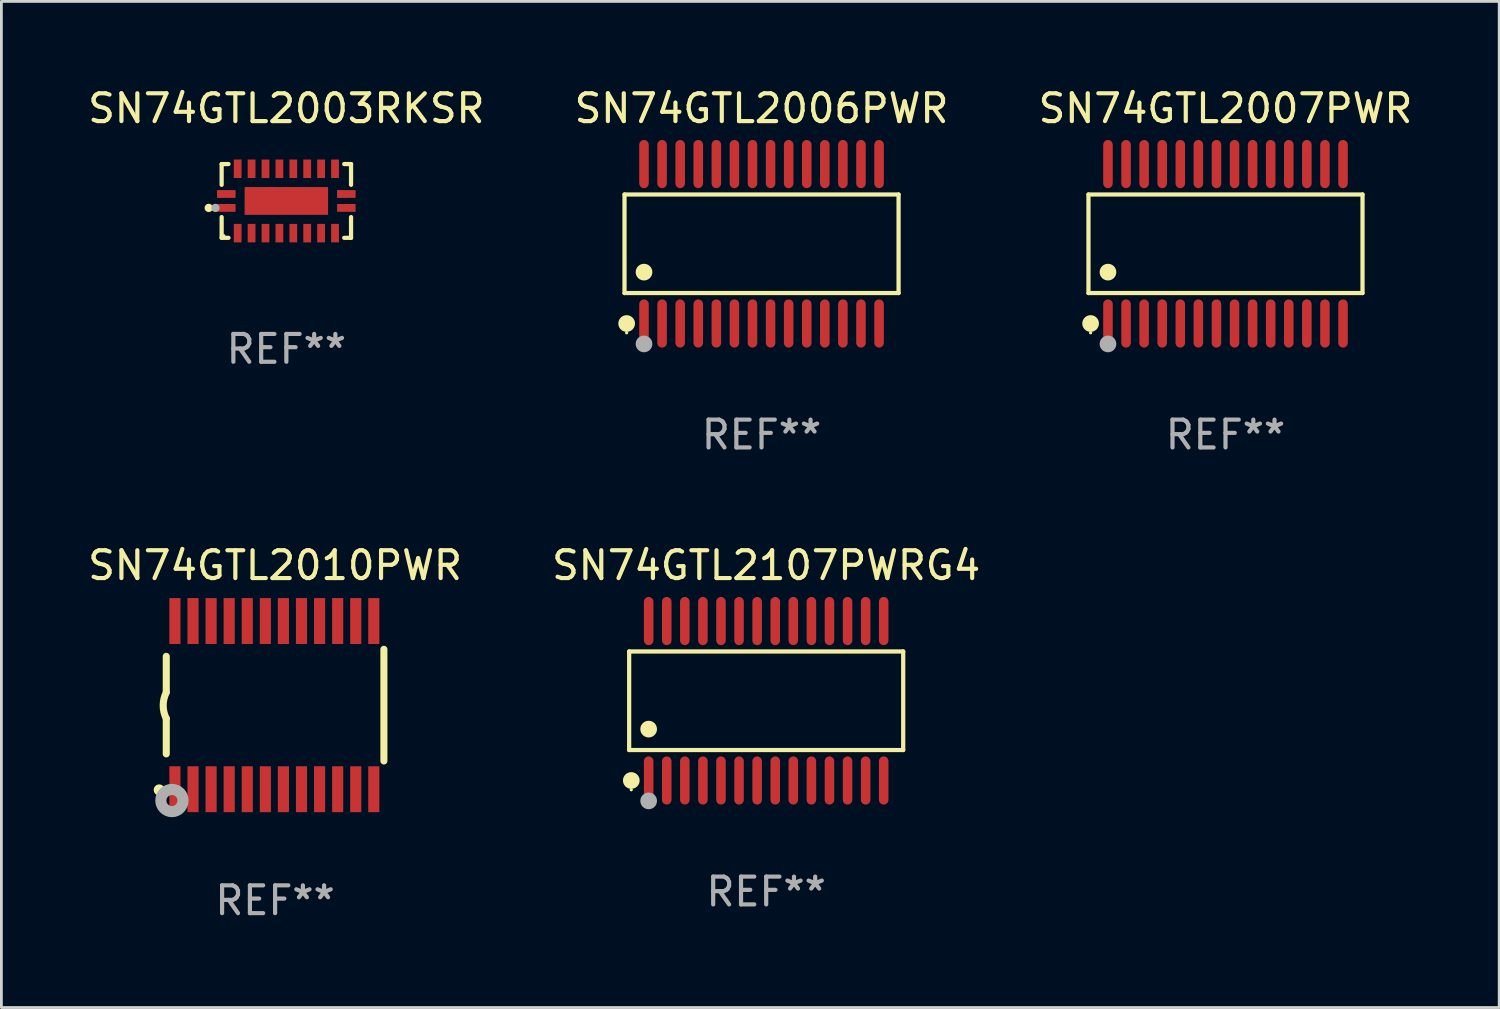
<source format=kicad_pcb>
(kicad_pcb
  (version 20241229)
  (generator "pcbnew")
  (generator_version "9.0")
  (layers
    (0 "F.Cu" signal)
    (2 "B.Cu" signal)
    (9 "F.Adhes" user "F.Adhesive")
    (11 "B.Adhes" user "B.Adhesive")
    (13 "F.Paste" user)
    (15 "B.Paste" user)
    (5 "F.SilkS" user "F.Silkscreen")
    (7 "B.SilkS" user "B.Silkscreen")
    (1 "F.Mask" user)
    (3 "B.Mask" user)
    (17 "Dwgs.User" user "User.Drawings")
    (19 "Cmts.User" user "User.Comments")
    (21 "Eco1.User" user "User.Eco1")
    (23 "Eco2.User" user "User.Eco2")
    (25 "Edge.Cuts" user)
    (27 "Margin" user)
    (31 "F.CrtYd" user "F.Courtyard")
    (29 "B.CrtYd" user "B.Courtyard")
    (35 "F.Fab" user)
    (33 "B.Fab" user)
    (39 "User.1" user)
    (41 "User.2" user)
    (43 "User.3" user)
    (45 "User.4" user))
  (footprint "SN74GTL2010PWR"
    (layer "F.Cu")
    (at 6.839 22.299)
    (property "Reference" "SN74GTL2010PWR" (at 0 -5.023 0) (layer "F.SilkS") (effects (font (size 1 1) (thickness 0.15))))
    (attr through_hole)
    (fp_line (start -3.912 -0.483) (end -3.912 -1.753) (stroke (width 0.254) (type solid)) (layer "F.SilkS"))
    (fp_line (start -3.912 1.753) (end -3.912 0.483) (stroke (width 0.254) (type solid)) (layer "F.SilkS"))
    (fp_line (start 3.912 -2.007) (end 3.912 2.007) (stroke (width 0.254) (type solid)) (layer "F.SilkS"))
    (fp_arc (start -3.911608 0.482601) (mid -4.022537 0.0127) (end -3.911608 -0.457201) (stroke (width 0.254001) (type solid)) (layer "F.SilkS"))
    (fp_circle (center -4.166 3.048) (end -4.066 3.048) (stroke (width 0.2) (type solid)) (fill no) (layer "F.SilkS"))
    (fp_circle (center -3.925 3.186) (end -3.895 3.186) (stroke (width 0.06) (type solid)) (fill no) (layer "F.SilkS"))
    (fp_circle (center -3.708 3.429) (end -3.509 3.429) (stroke (width 0.4) (type solid)) (fill no) (layer "F.Fab"))
    (fp_text user "REF**" (at 0 7.023 0) (layer "F.Fab") (effects (font (size 1 1) (thickness 0.15))))
    (pad "1" smd rect (at -3.6 3.023) (size 0.4 1.65) (layers "F.Cu" "F.Mask" "F.Paste"))
    (pad "2" smd rect (at -2.95 3.023) (size 0.4 1.65) (layers "F.Cu" "F.Mask" "F.Paste"))
    (pad "3" smd rect (at -2.3 3.023) (size 0.4 1.65) (layers "F.Cu" "F.Mask" "F.Paste"))
    (pad "4" smd rect (at -1.65 3.023) (size 0.4 1.65) (layers "F.Cu" "F.Mask" "F.Paste"))
    (pad "5" smd rect (at -1 3.023) (size 0.4 1.65) (layers "F.Cu" "F.Mask" "F.Paste"))
    (pad "6" smd rect (at -0.35 3.023) (size 0.4 1.65) (layers "F.Cu" "F.Mask" "F.Paste"))
    (pad "7" smd rect (at 0.299 3.023) (size 0.4 1.65) (layers "F.Cu" "F.Mask" "F.Paste"))
    (pad "8" smd rect (at 0.95 3.023) (size 0.4 1.65) (layers "F.Cu" "F.Mask" "F.Paste"))
    (pad "9" smd rect (at 1.6 3.023) (size 0.4 1.65) (layers "F.Cu" "F.Mask" "F.Paste"))
    (pad "10" smd rect (at 2.25 3.023) (size 0.4 1.65) (layers "F.Cu" "F.Mask" "F.Paste"))
    (pad "11" smd rect (at 2.9 3.023) (size 0.4 1.65) (layers "F.Cu" "F.Mask" "F.Paste"))
    (pad "12" smd rect (at 3.549 3.023) (size 0.4 1.65) (layers "F.Cu" "F.Mask" "F.Paste"))
    (pad "13" smd rect (at 3.549 -3.023) (size 0.4 1.65) (layers "F.Cu" "F.Mask" "F.Paste"))
    (pad "14" smd rect (at 2.9 -3.023) (size 0.4 1.65) (layers "F.Cu" "F.Mask" "F.Paste"))
    (pad "15" smd rect (at 2.25 -3.023) (size 0.4 1.65) (layers "F.Cu" "F.Mask" "F.Paste"))
    (pad "16" smd rect (at 1.6 -3.023) (size 0.4 1.65) (layers "F.Cu" "F.Mask" "F.Paste"))
    (pad "17" smd rect (at 0.95 -3.023) (size 0.4 1.65) (layers "F.Cu" "F.Mask" "F.Paste"))
    (pad "18" smd rect (at 0.299 -3.023) (size 0.4 1.65) (layers "F.Cu" "F.Mask" "F.Paste"))
    (pad "19" smd rect (at -0.35 -3.023) (size 0.4 1.65) (layers "F.Cu" "F.Mask" "F.Paste"))
    (pad "20" smd rect (at -1 -3.023) (size 0.4 1.65) (layers "F.Cu" "F.Mask" "F.Paste"))
    (pad "21" smd rect (at -1.65 -3.023) (size 0.4 1.65) (layers "F.Cu" "F.Mask" "F.Paste"))
    (pad "22" smd rect (at -2.3 -3.023) (size 0.4 1.65) (layers "F.Cu" "F.Mask" "F.Paste"))
    (pad "23" smd rect (at -2.95 -3.023) (size 0.4 1.65) (layers "F.Cu" "F.Mask" "F.Paste"))
    (pad "24" smd rect (at -3.6 -3.023) (size 0.4 1.65) (layers "F.Cu" "F.Mask" "F.Paste")))
  (footprint "SN74GTL2006PWR"
    (layer "F.Cu")
    (at 24.327 5.714)
    (property "Reference" "SN74GTL2006PWR" (at 0 -4.866 0) (layer "F.SilkS") (effects (font (size 1 1) (thickness 0.15))))
    (attr through_hole)
    (fp_line (start -4.926 -1.772) (end 4.926 -1.772) (stroke (width 0.152) (type solid)) (layer "F.SilkS"))
    (fp_line (start -4.926 1.771) (end -4.926 -1.772) (stroke (width 0.152) (type solid)) (layer "F.SilkS"))
    (fp_line (start 4.926 -1.772) (end 4.926 1.771) (stroke (width 0.152) (type solid)) (layer "F.SilkS"))
    (fp_line (start 4.926 1.771) (end -4.926 1.771) (stroke (width 0.152) (type solid)) (layer "F.SilkS"))
    (fp_circle (center -4.85 3.2) (end -4.82 3.2) (stroke (width 0.06) (type solid)) (fill no) (layer "F.SilkS"))
    (fp_circle (center -4.849 2.866) (end -4.699 2.866) (stroke (width 0.3) (type solid)) (fill no) (layer "F.SilkS"))
    (fp_circle (center -4.225 1.019) (end -4.075 1.019) (stroke (width 0.3) (type solid)) (fill no) (layer "F.SilkS"))
    (fp_circle (center -4.225 3.6) (end -4.075 3.6) (stroke (width 0.3) (type solid)) (fill no) (layer "F.Fab"))
    (fp_text user "REF**" (at 0 6.866 0) (layer "F.Fab") (effects (font (size 1 1) (thickness 0.15))))
    (pad "1" smd oval (at -4.225 2.866) (size 0.343 1.731) (layers "F.Cu" "F.Mask" "F.Paste"))
    (pad "2" smd oval (at -3.575 2.866) (size 0.343 1.731) (layers "F.Cu" "F.Mask" "F.Paste"))
    (pad "3" smd oval (at -2.925 2.866) (size 0.343 1.731) (layers "F.Cu" "F.Mask" "F.Paste"))
    (pad "4" smd oval (at -2.275 2.866) (size 0.343 1.731) (layers "F.Cu" "F.Mask" "F.Paste"))
    (pad "5" smd oval (at -1.625 2.866) (size 0.343 1.731) (layers "F.Cu" "F.Mask" "F.Paste"))
    (pad "6" smd oval (at -0.975 2.866) (size 0.343 1.731) (layers "F.Cu" "F.Mask" "F.Paste"))
    (pad "7" smd oval (at -0.325 2.866) (size 0.343 1.731) (layers "F.Cu" "F.Mask" "F.Paste"))
    (pad "8" smd oval (at 0.325 2.866) (size 0.343 1.731) (layers "F.Cu" "F.Mask" "F.Paste"))
    (pad "9" smd oval (at 0.975 2.866) (size 0.343 1.731) (layers "F.Cu" "F.Mask" "F.Paste"))
    (pad "10" smd oval (at 1.625 2.866) (size 0.343 1.731) (layers "F.Cu" "F.Mask" "F.Paste"))
    (pad "11" smd oval (at 2.275 2.866) (size 0.343 1.731) (layers "F.Cu" "F.Mask" "F.Paste"))
    (pad "12" smd oval (at 2.925 2.866) (size 0.343 1.731) (layers "F.Cu" "F.Mask" "F.Paste"))
    (pad "13" smd oval (at 3.575 2.866) (size 0.343 1.731) (layers "F.Cu" "F.Mask" "F.Paste"))
    (pad "14" smd oval (at 4.225 2.866) (size 0.343 1.731) (layers "F.Cu" "F.Mask" "F.Paste"))
    (pad "15" smd oval (at 4.225 -2.866) (size 0.343 1.731) (layers "F.Cu" "F.Mask" "F.Paste"))
    (pad "16" smd oval (at 3.575 -2.866) (size 0.343 1.731) (layers "F.Cu" "F.Mask" "F.Paste"))
    (pad "17" smd oval (at 2.925 -2.866) (size 0.343 1.731) (layers "F.Cu" "F.Mask" "F.Paste"))
    (pad "18" smd oval (at 2.275 -2.866) (size 0.343 1.731) (layers "F.Cu" "F.Mask" "F.Paste"))
    (pad "19" smd oval (at 1.625 -2.866) (size 0.343 1.731) (layers "F.Cu" "F.Mask" "F.Paste"))
    (pad "20" smd oval (at 0.975 -2.866) (size 0.343 1.731) (layers "F.Cu" "F.Mask" "F.Paste"))
    (pad "21" smd oval (at 0.325 -2.866) (size 0.343 1.731) (layers "F.Cu" "F.Mask" "F.Paste"))
    (pad "22" smd oval (at -0.325 -2.866) (size 0.343 1.731) (layers "F.Cu" "F.Mask" "F.Paste"))
    (pad "23" smd oval (at -0.975 -2.866) (size 0.343 1.731) (layers "F.Cu" "F.Mask" "F.Paste"))
    (pad "24" smd oval (at -1.625 -2.866) (size 0.343 1.731) (layers "F.Cu" "F.Mask" "F.Paste"))
    (pad "25" smd oval (at -2.275 -2.866) (size 0.343 1.731) (layers "F.Cu" "F.Mask" "F.Paste"))
    (pad "26" smd oval (at -2.925 -2.866) (size 0.343 1.731) (layers "F.Cu" "F.Mask" "F.Paste"))
    (pad "27" smd oval (at -3.575 -2.866) (size 0.343 1.731) (layers "F.Cu" "F.Mask" "F.Paste"))
    (pad "28" smd oval (at -4.225 -2.866) (size 0.343 1.731) (layers "F.Cu" "F.Mask" "F.Paste")))
  (footprint "SN74GTL2107PWRG4"
    (layer "F.Cu")
    (at 24.494 22.142)
    (property "Reference" "SN74GTL2107PWRG4" (at 0 -4.866 0) (layer "F.SilkS") (effects (font (size 1 1) (thickness 0.15))))
    (attr through_hole)
    (fp_line (start -4.926 -1.772) (end 4.926 -1.772) (stroke (width 0.152) (type solid)) (layer "F.SilkS"))
    (fp_line (start -4.926 1.771) (end -4.926 -1.772) (stroke (width 0.152) (type solid)) (layer "F.SilkS"))
    (fp_line (start 4.926 -1.772) (end 4.926 1.771) (stroke (width 0.152) (type solid)) (layer "F.SilkS"))
    (fp_line (start 4.926 1.771) (end -4.926 1.771) (stroke (width 0.152) (type solid)) (layer "F.SilkS"))
    (fp_circle (center -4.85 3.2) (end -4.82 3.2) (stroke (width 0.06) (type solid)) (fill no) (layer "F.SilkS"))
    (fp_circle (center -4.849 2.866) (end -4.699 2.866) (stroke (width 0.3) (type solid)) (fill no) (layer "F.SilkS"))
    (fp_circle (center -4.225 1.019) (end -4.075 1.019) (stroke (width 0.3) (type solid)) (fill no) (layer "F.SilkS"))
    (fp_circle (center -4.225 3.6) (end -4.075 3.6) (stroke (width 0.3) (type solid)) (fill no) (layer "F.Fab"))
    (fp_text user "REF**" (at 0 6.866 0) (layer "F.Fab") (effects (font (size 1 1) (thickness 0.15))))
    (pad "1" smd oval (at -4.225 2.866) (size 0.343 1.731) (layers "F.Cu" "F.Mask" "F.Paste"))
    (pad "2" smd oval (at -3.575 2.866) (size 0.343 1.731) (layers "F.Cu" "F.Mask" "F.Paste"))
    (pad "3" smd oval (at -2.925 2.866) (size 0.343 1.731) (layers "F.Cu" "F.Mask" "F.Paste"))
    (pad "4" smd oval (at -2.275 2.866) (size 0.343 1.731) (layers "F.Cu" "F.Mask" "F.Paste"))
    (pad "5" smd oval (at -1.625 2.866) (size 0.343 1.731) (layers "F.Cu" "F.Mask" "F.Paste"))
    (pad "6" smd oval (at -0.975 2.866) (size 0.343 1.731) (layers "F.Cu" "F.Mask" "F.Paste"))
    (pad "7" smd oval (at -0.325 2.866) (size 0.343 1.731) (layers "F.Cu" "F.Mask" "F.Paste"))
    (pad "8" smd oval (at 0.325 2.866) (size 0.343 1.731) (layers "F.Cu" "F.Mask" "F.Paste"))
    (pad "9" smd oval (at 0.975 2.866) (size 0.343 1.731) (layers "F.Cu" "F.Mask" "F.Paste"))
    (pad "10" smd oval (at 1.625 2.866) (size 0.343 1.731) (layers "F.Cu" "F.Mask" "F.Paste"))
    (pad "11" smd oval (at 2.275 2.866) (size 0.343 1.731) (layers "F.Cu" "F.Mask" "F.Paste"))
    (pad "12" smd oval (at 2.925 2.866) (size 0.343 1.731) (layers "F.Cu" "F.Mask" "F.Paste"))
    (pad "13" smd oval (at 3.575 2.866) (size 0.343 1.731) (layers "F.Cu" "F.Mask" "F.Paste"))
    (pad "14" smd oval (at 4.225 2.866) (size 0.343 1.731) (layers "F.Cu" "F.Mask" "F.Paste"))
    (pad "15" smd oval (at 4.225 -2.866) (size 0.343 1.731) (layers "F.Cu" "F.Mask" "F.Paste"))
    (pad "16" smd oval (at 3.575 -2.866) (size 0.343 1.731) (layers "F.Cu" "F.Mask" "F.Paste"))
    (pad "17" smd oval (at 2.925 -2.866) (size 0.343 1.731) (layers "F.Cu" "F.Mask" "F.Paste"))
    (pad "18" smd oval (at 2.275 -2.866) (size 0.343 1.731) (layers "F.Cu" "F.Mask" "F.Paste"))
    (pad "19" smd oval (at 1.625 -2.866) (size 0.343 1.731) (layers "F.Cu" "F.Mask" "F.Paste"))
    (pad "20" smd oval (at 0.975 -2.866) (size 0.343 1.731) (layers "F.Cu" "F.Mask" "F.Paste"))
    (pad "21" smd oval (at 0.325 -2.866) (size 0.343 1.731) (layers "F.Cu" "F.Mask" "F.Paste"))
    (pad "22" smd oval (at -0.325 -2.866) (size 0.343 1.731) (layers "F.Cu" "F.Mask" "F.Paste"))
    (pad "23" smd oval (at -0.975 -2.866) (size 0.343 1.731) (layers "F.Cu" "F.Mask" "F.Paste"))
    (pad "24" smd oval (at -1.625 -2.866) (size 0.343 1.731) (layers "F.Cu" "F.Mask" "F.Paste"))
    (pad "25" smd oval (at -2.275 -2.866) (size 0.343 1.731) (layers "F.Cu" "F.Mask" "F.Paste"))
    (pad "26" smd oval (at -2.925 -2.866) (size 0.343 1.731) (layers "F.Cu" "F.Mask" "F.Paste"))
    (pad "27" smd oval (at -3.575 -2.866) (size 0.343 1.731) (layers "F.Cu" "F.Mask" "F.Paste"))
    (pad "28" smd oval (at -4.225 -2.866) (size 0.343 1.731) (layers "F.Cu" "F.Mask" "F.Paste")))
  (footprint "SN74GTL2003RKSR"
    (layer "F.Cu")
    (at 7.244 4.174)
    (property "Reference" "SN74GTL2003RKSR" (at 0 -3.326 0) (layer "F.SilkS") (effects (font (size 1 1) (thickness 0.15))))
    (attr through_hole)
    (fp_line (start -2.326 -1.326) (end -2.08 -1.326) (stroke (width 0.152) (type solid)) (layer "F.SilkS"))
    (fp_line (start -2.326 -0.58) (end -2.326 -1.326) (stroke (width 0.152) (type solid)) (layer "F.SilkS"))
    (fp_line (start -2.326 0.58) (end -2.326 1.326) (stroke (width 0.152) (type solid)) (layer "F.SilkS"))
    (fp_line (start -2.326 1.326) (end -2.08 1.326) (stroke (width 0.152) (type solid)) (layer "F.SilkS"))
    (fp_line (start 2.326 -1.326) (end 2.08 -1.326) (stroke (width 0.152) (type solid)) (layer "F.SilkS"))
    (fp_line (start 2.326 -0.58) (end 2.326 -1.326) (stroke (width 0.152) (type solid)) (layer "F.SilkS"))
    (fp_line (start 2.326 0.58) (end 2.326 1.326) (stroke (width 0.152) (type solid)) (layer "F.SilkS"))
    (fp_line (start 2.326 1.326) (end 2.08 1.326) (stroke (width 0.152) (type solid)) (layer "F.SilkS"))
    (fp_circle (center -2.79 0.25) (end -2.715 0.25) (stroke (width 0.15) (type solid)) (fill no) (layer "F.SilkS"))
    (fp_circle (center -2.25 1.25) (end -2.22 1.25) (stroke (width 0.06) (type solid)) (fill no) (layer "F.SilkS"))
    (fp_circle (center -2.55 0.25) (end -2.475 0.25) (stroke (width 0.15) (type solid)) (fill no) (layer "F.Fab"))
    (fp_text user "REF**" (at 0 5.326 0) (layer "F.Fab") (effects (font (size 1 1) (thickness 0.15))))
    (pad "1" smd rect (at -2.157 0.25) (size 0.665 0.28) (layers "F.Cu" "F.Mask" "F.Paste"))
    (pad "2" smd rect (at -1.75 1.157) (size 0.28 0.665) (layers "F.Cu" "F.Mask" "F.Paste"))
    (pad "3" smd rect (at -1.25 1.157) (size 0.28 0.665) (layers "F.Cu" "F.Mask" "F.Paste"))
    (pad "4" smd rect (at -0.75 1.157) (size 0.28 0.665) (layers "F.Cu" "F.Mask" "F.Paste"))
    (pad "5" smd rect (at -0.25 1.157) (size 0.28 0.665) (layers "F.Cu" "F.Mask" "F.Paste"))
    (pad "6" smd rect (at 0.25 1.157) (size 0.28 0.665) (layers "F.Cu" "F.Mask" "F.Paste"))
    (pad "7" smd rect (at 0.75 1.157) (size 0.28 0.665) (layers "F.Cu" "F.Mask" "F.Paste"))
    (pad "8" smd rect (at 1.25 1.157) (size 0.28 0.665) (layers "F.Cu" "F.Mask" "F.Paste"))
    (pad "9" smd rect (at 1.75 1.157) (size 0.28 0.665) (layers "F.Cu" "F.Mask" "F.Paste"))
    (pad "10" smd rect (at 2.157 0.25) (size 0.665 0.28) (layers "F.Cu" "F.Mask" "F.Paste"))
    (pad "11" smd rect (at 2.157 -0.25) (size 0.665 0.28) (layers "F.Cu" "F.Mask" "F.Paste"))
    (pad "12" smd rect (at 1.75 -1.157) (size 0.28 0.665) (layers "F.Cu" "F.Mask" "F.Paste"))
    (pad "13" smd rect (at 1.25 -1.157) (size 0.28 0.665) (layers "F.Cu" "F.Mask" "F.Paste"))
    (pad "14" smd rect (at 0.75 -1.157) (size 0.28 0.665) (layers "F.Cu" "F.Mask" "F.Paste"))
    (pad "15" smd rect (at 0.25 -1.157) (size 0.28 0.665) (layers "F.Cu" "F.Mask" "F.Paste"))
    (pad "16" smd rect (at -0.25 -1.157) (size 0.28 0.665) (layers "F.Cu" "F.Mask" "F.Paste"))
    (pad "17" smd rect (at -0.75 -1.157) (size 0.28 0.665) (layers "F.Cu" "F.Mask" "F.Paste"))
    (pad "18" smd rect (at -1.25 -1.157) (size 0.28 0.665) (layers "F.Cu" "F.Mask" "F.Paste"))
    (pad "19" smd rect (at -1.75 -1.157) (size 0.28 0.665) (layers "F.Cu" "F.Mask" "F.Paste"))
    (pad "20" smd rect (at -2.157 -0.25) (size 0.665 0.28) (layers "F.Cu" "F.Mask" "F.Paste"))
    (pad "21" smd rect (at 0 0) (size 3 1) (layers "F.Cu" "F.Mask" "F.Paste")))
  (footprint "SN74GTL2007PWR"
    (layer "F.Cu")
    (at 41.006 5.714)
    (property "Reference" "SN74GTL2007PWR" (at 0 -4.866 0) (layer "F.SilkS") (effects (font (size 1 1) (thickness 0.15))))
    (attr through_hole)
    (fp_line (start -4.926 -1.772) (end 4.926 -1.772) (stroke (width 0.152) (type solid)) (layer "F.SilkS"))
    (fp_line (start -4.926 1.771) (end -4.926 -1.772) (stroke (width 0.152) (type solid)) (layer "F.SilkS"))
    (fp_line (start 4.926 -1.772) (end 4.926 1.771) (stroke (width 0.152) (type solid)) (layer "F.SilkS"))
    (fp_line (start 4.926 1.771) (end -4.926 1.771) (stroke (width 0.152) (type solid)) (layer "F.SilkS"))
    (fp_circle (center -4.85 3.2) (end -4.82 3.2) (stroke (width 0.06) (type solid)) (fill no) (layer "F.SilkS"))
    (fp_circle (center -4.849 2.866) (end -4.699 2.866) (stroke (width 0.3) (type solid)) (fill no) (layer "F.SilkS"))
    (fp_circle (center -4.225 1.019) (end -4.075 1.019) (stroke (width 0.3) (type solid)) (fill no) (layer "F.SilkS"))
    (fp_circle (center -4.225 3.6) (end -4.075 3.6) (stroke (width 0.3) (type solid)) (fill no) (layer "F.Fab"))
    (fp_text user "REF**" (at 0 6.866 0) (layer "F.Fab") (effects (font (size 1 1) (thickness 0.15))))
    (pad "1" smd oval (at -4.225 2.866) (size 0.343 1.731) (layers "F.Cu" "F.Mask" "F.Paste"))
    (pad "2" smd oval (at -3.575 2.866) (size 0.343 1.731) (layers "F.Cu" "F.Mask" "F.Paste"))
    (pad "3" smd oval (at -2.925 2.866) (size 0.343 1.731) (layers "F.Cu" "F.Mask" "F.Paste"))
    (pad "4" smd oval (at -2.275 2.866) (size 0.343 1.731) (layers "F.Cu" "F.Mask" "F.Paste"))
    (pad "5" smd oval (at -1.625 2.866) (size 0.343 1.731) (layers "F.Cu" "F.Mask" "F.Paste"))
    (pad "6" smd oval (at -0.975 2.866) (size 0.343 1.731) (layers "F.Cu" "F.Mask" "F.Paste"))
    (pad "7" smd oval (at -0.325 2.866) (size 0.343 1.731) (layers "F.Cu" "F.Mask" "F.Paste"))
    (pad "8" smd oval (at 0.325 2.866) (size 0.343 1.731) (layers "F.Cu" "F.Mask" "F.Paste"))
    (pad "9" smd oval (at 0.975 2.866) (size 0.343 1.731) (layers "F.Cu" "F.Mask" "F.Paste"))
    (pad "10" smd oval (at 1.625 2.866) (size 0.343 1.731) (layers "F.Cu" "F.Mask" "F.Paste"))
    (pad "11" smd oval (at 2.275 2.866) (size 0.343 1.731) (layers "F.Cu" "F.Mask" "F.Paste"))
    (pad "12" smd oval (at 2.925 2.866) (size 0.343 1.731) (layers "F.Cu" "F.Mask" "F.Paste"))
    (pad "13" smd oval (at 3.575 2.866) (size 0.343 1.731) (layers "F.Cu" "F.Mask" "F.Paste"))
    (pad "14" smd oval (at 4.225 2.866) (size 0.343 1.731) (layers "F.Cu" "F.Mask" "F.Paste"))
    (pad "15" smd oval (at 4.225 -2.866) (size 0.343 1.731) (layers "F.Cu" "F.Mask" "F.Paste"))
    (pad "16" smd oval (at 3.575 -2.866) (size 0.343 1.731) (layers "F.Cu" "F.Mask" "F.Paste"))
    (pad "17" smd oval (at 2.925 -2.866) (size 0.343 1.731) (layers "F.Cu" "F.Mask" "F.Paste"))
    (pad "18" smd oval (at 2.275 -2.866) (size 0.343 1.731) (layers "F.Cu" "F.Mask" "F.Paste"))
    (pad "19" smd oval (at 1.625 -2.866) (size 0.343 1.731) (layers "F.Cu" "F.Mask" "F.Paste"))
    (pad "20" smd oval (at 0.975 -2.866) (size 0.343 1.731) (layers "F.Cu" "F.Mask" "F.Paste"))
    (pad "21" smd oval (at 0.325 -2.866) (size 0.343 1.731) (layers "F.Cu" "F.Mask" "F.Paste"))
    (pad "22" smd oval (at -0.325 -2.866) (size 0.343 1.731) (layers "F.Cu" "F.Mask" "F.Paste"))
    (pad "23" smd oval (at -0.975 -2.866) (size 0.343 1.731) (layers "F.Cu" "F.Mask" "F.Paste"))
    (pad "24" smd oval (at -1.625 -2.866) (size 0.343 1.731) (layers "F.Cu" "F.Mask" "F.Paste"))
    (pad "25" smd oval (at -2.275 -2.866) (size 0.343 1.731) (layers "F.Cu" "F.Mask" "F.Paste"))
    (pad "26" smd oval (at -2.925 -2.866) (size 0.343 1.731) (layers "F.Cu" "F.Mask" "F.Paste"))
    (pad "27" smd oval (at -3.575 -2.866) (size 0.343 1.731) (layers "F.Cu" "F.Mask" "F.Paste"))
    (pad "28" smd oval (at -4.225 -2.866) (size 0.343 1.731) (layers "F.Cu" "F.Mask" "F.Paste")))
  (gr_rect
    (start -3 -3)
    (end 50.845 33.17)
    (stroke (width 0.1) (type default))
    (fill no)
    (layer "Edge.Cuts")))
</source>
